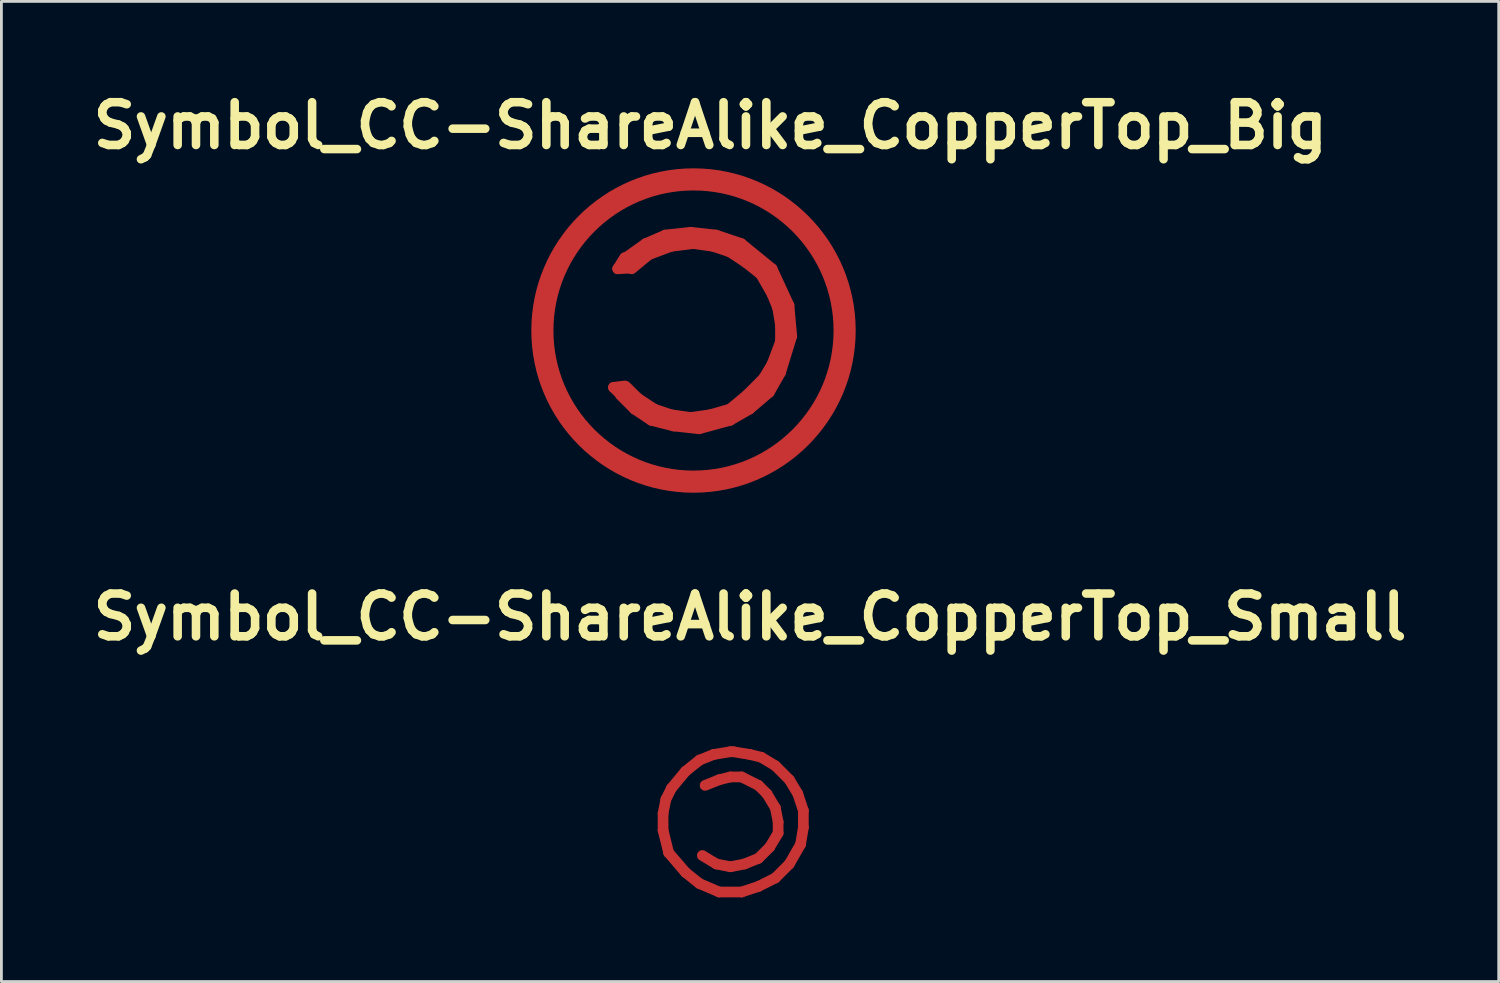
<source format=kicad_pcb>
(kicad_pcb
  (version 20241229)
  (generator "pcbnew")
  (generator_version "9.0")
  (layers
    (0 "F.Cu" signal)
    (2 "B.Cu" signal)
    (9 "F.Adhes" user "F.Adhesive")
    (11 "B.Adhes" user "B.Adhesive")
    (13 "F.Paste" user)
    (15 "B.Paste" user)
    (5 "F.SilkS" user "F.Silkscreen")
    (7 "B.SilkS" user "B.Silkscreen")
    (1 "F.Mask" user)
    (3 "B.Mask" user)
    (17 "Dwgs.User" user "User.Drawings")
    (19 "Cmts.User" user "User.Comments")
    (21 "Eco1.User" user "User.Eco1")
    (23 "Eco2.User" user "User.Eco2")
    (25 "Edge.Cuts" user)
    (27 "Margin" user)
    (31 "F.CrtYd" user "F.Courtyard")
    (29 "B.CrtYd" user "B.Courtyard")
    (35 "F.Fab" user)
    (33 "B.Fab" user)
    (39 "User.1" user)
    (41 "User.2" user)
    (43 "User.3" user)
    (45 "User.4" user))
  (footprint "Symbol_CC-ShareAlike_CopperTop_Small"
    (layer "F.Cu")
    (at 23.073 26.231)
    (property "Reference" "Symbol_CC-ShareAlike_CopperTop_Small" (at 0.599 -7.3 0) (layer "F.SilkS") (effects (font (size 1.524 1.524) (thickness 0.305))))
    (attr through_hole)
    (fp_line (start -2.499 -0.3) (end -2.499 0.3) (stroke (width 0.381) (type solid)) (layer "F.Cu"))
    (fp_line (start -2.499 0.3) (end -2.301 1.1) (stroke (width 0.381) (type solid)) (layer "F.Cu"))
    (fp_line (start -2.4 -0.8) (end -2.499 -0.3) (stroke (width 0.381) (type solid)) (layer "F.Cu"))
    (fp_line (start -2.301 1.1) (end -1.699 1.801) (stroke (width 0.381) (type solid)) (layer "F.Cu"))
    (fp_line (start -2.2 -1.199) (end -2.4 -0.8) (stroke (width 0.381) (type solid)) (layer "F.Cu"))
    (fp_line (start -1.699 -1.801) (end -2.2 -1.199) (stroke (width 0.381) (type solid)) (layer "F.Cu"))
    (fp_line (start -1.699 1.801) (end -1.199 2.2) (stroke (width 0.381) (type solid)) (layer "F.Cu"))
    (fp_line (start -1.199 -2.2) (end -1.699 -1.801) (stroke (width 0.381) (type solid)) (layer "F.Cu"))
    (fp_line (start -1.199 2.2) (end -0.5 2.499) (stroke (width 0.381) (type solid)) (layer "F.Cu"))
    (fp_line (start -1.1 1.199) (end -0.599 1.501) (stroke (width 0.381) (type solid)) (layer "F.Cu"))
    (fp_line (start -0.701 -2.4) (end -1.199 -2.2) (stroke (width 0.381) (type solid)) (layer "F.Cu"))
    (fp_line (start -0.599 1.501) (end -0.099 1.6) (stroke (width 0.381) (type solid)) (layer "F.Cu"))
    (fp_line (start -0.5 -1.501) (end -1.001 -1.3) (stroke (width 0.381) (type solid)) (layer "F.Cu"))
    (fp_line (start -0.5 2.499) (end 0.3 2.499) (stroke (width 0.381) (type solid)) (layer "F.Cu"))
    (fp_line (start -0.099 -2.499) (end -0.701 -2.4) (stroke (width 0.381) (type solid)) (layer "F.Cu"))
    (fp_line (start -0.099 -1.6) (end -0.5 -1.501) (stroke (width 0.381) (type solid)) (layer "F.Cu"))
    (fp_line (start -0.099 1.6) (end 0.399 1.501) (stroke (width 0.381) (type solid)) (layer "F.Cu"))
    (fp_line (start 0 -2.499) (end -0.099 -2.499) (stroke (width 0.381) (type solid)) (layer "F.Cu"))
    (fp_line (start 0.3 -1.6) (end -0.099 -1.6) (stroke (width 0.381) (type solid)) (layer "F.Cu"))
    (fp_line (start 0.3 2.499) (end 0.899 2.301) (stroke (width 0.381) (type solid)) (layer "F.Cu"))
    (fp_line (start 0.399 1.501) (end 0.899 1.3) (stroke (width 0.381) (type solid)) (layer "F.Cu"))
    (fp_line (start 0.599 -2.4) (end 0 -2.499) (stroke (width 0.381) (type solid)) (layer "F.Cu"))
    (fp_line (start 0.899 -1.3) (end 0.3 -1.6) (stroke (width 0.381) (type solid)) (layer "F.Cu"))
    (fp_line (start 0.899 1.3) (end 1.3 0.899) (stroke (width 0.381) (type solid)) (layer "F.Cu"))
    (fp_line (start 0.899 2.301) (end 1.501 1.999) (stroke (width 0.381) (type solid)) (layer "F.Cu"))
    (fp_line (start 1.001 -2.301) (end 0.599 -2.4) (stroke (width 0.381) (type solid)) (layer "F.Cu"))
    (fp_line (start 1.199 -1.001) (end 0.899 -1.3) (stroke (width 0.381) (type solid)) (layer "F.Cu"))
    (fp_line (start 1.3 0.899) (end 1.6 0.399) (stroke (width 0.381) (type solid)) (layer "F.Cu"))
    (fp_line (start 1.501 -1.999) (end 1.001 -2.301) (stroke (width 0.381) (type solid)) (layer "F.Cu"))
    (fp_line (start 1.501 -0.5) (end 1.199 -1.001) (stroke (width 0.381) (type solid)) (layer "F.Cu"))
    (fp_line (start 1.501 1.999) (end 1.999 1.501) (stroke (width 0.381) (type solid)) (layer "F.Cu"))
    (fp_line (start 1.6 0) (end 1.501 -0.5) (stroke (width 0.381) (type solid)) (layer "F.Cu"))
    (fp_line (start 1.6 0.399) (end 1.6 0) (stroke (width 0.381) (type solid)) (layer "F.Cu"))
    (fp_line (start 1.999 -1.501) (end 1.501 -1.999) (stroke (width 0.381) (type solid)) (layer "F.Cu"))
    (fp_line (start 1.999 1.501) (end 2.4 0.8) (stroke (width 0.381) (type solid)) (layer "F.Cu"))
    (fp_line (start 2.301 -1.001) (end 1.999 -1.501) (stroke (width 0.381) (type solid)) (layer "F.Cu"))
    (fp_line (start 2.4 0.8) (end 2.499 0.201) (stroke (width 0.381) (type solid)) (layer "F.Cu"))
    (fp_line (start 2.499 -0.399) (end 2.301 -1.001) (stroke (width 0.381) (type solid)) (layer "F.Cu"))
    (fp_line (start 2.499 0.201) (end 2.499 -0.399) (stroke (width 0.381) (type solid)) (layer "F.Cu")))
  (footprint "Symbol_CC-ShareAlike_CopperTop_Big"
    (layer "F.Cu")
    (at 21.658 8.726)
    (property "Reference" "Symbol_CC-ShareAlike_CopperTop_Big" (at 0.599 -7.3 0) (layer "F.SilkS") (effects (font (size 1.524 1.524) (thickness 0.305))))
    (attr through_hole)
    (fp_line (start -5.4 0.099) (end -5.199 1.3) (stroke (width 0.381) (type solid)) (layer "F.Cu"))
    (fp_line (start -5.301 -1.1) (end -5.4 0.099) (stroke (width 0.381) (type solid)) (layer "F.Cu"))
    (fp_line (start -5.199 1.3) (end -4.801 2.4) (stroke (width 0.381) (type solid)) (layer "F.Cu"))
    (fp_line (start -5.001 -2.101) (end -5.301 -1.1) (stroke (width 0.381) (type solid)) (layer "F.Cu"))
    (fp_line (start -4.801 2.4) (end -3.8 3.899) (stroke (width 0.381) (type solid)) (layer "F.Cu"))
    (fp_line (start -4.501 -3) (end -5.001 -2.101) (stroke (width 0.381) (type solid)) (layer "F.Cu"))
    (fp_line (start -4 -3.599) (end -4.501 -3) (stroke (width 0.381) (type solid)) (layer "F.Cu"))
    (fp_line (start -3.8 3.899) (end -2.601 4.801) (stroke (width 0.381) (type solid)) (layer "F.Cu"))
    (fp_line (start -3.299 -4.201) (end -4 -3.599) (stroke (width 0.381) (type solid)) (layer "F.Cu"))
    (fp_line (start -2.85 2.025) (end -2.45 1.975) (stroke (width 0.381) (type solid)) (layer "F.Cu"))
    (fp_line (start -2.7 -4.699) (end -3.299 -4.201) (stroke (width 0.381) (type solid)) (layer "F.Cu"))
    (fp_line (start -2.7 -2.2) (end -2.275 -2.225) (stroke (width 0.381) (type solid)) (layer "F.Cu"))
    (fp_line (start -2.625 2.25) (end -2.85 2.025) (stroke (width 0.381) (type solid)) (layer "F.Cu"))
    (fp_line (start -2.601 4.801) (end -1.3 5.301) (stroke (width 0.381) (type solid)) (layer "F.Cu"))
    (fp_line (start -2.45 -2.6) (end -2.7 -2.2) (stroke (width 0.381) (type solid)) (layer "F.Cu"))
    (fp_line (start -2.4 -2.601) (end -1.699 -3.099) (stroke (width 0.381) (type solid)) (layer "F.Cu"))
    (fp_line (start -2.4 1.999) (end -1.999 2.4) (stroke (width 0.381) (type solid)) (layer "F.Cu"))
    (fp_line (start -2.3 2.375) (end -1.875 2.75) (stroke (width 0.381) (type solid)) (layer "F.Cu"))
    (fp_line (start -2.275 -2.225) (end -2.4 -2.55) (stroke (width 0.381) (type solid)) (layer "F.Cu"))
    (fp_line (start -2.101 2.799) (end -2.601 2.301) (stroke (width 0.381) (type solid)) (layer "F.Cu"))
    (fp_line (start -1.999 -4.9) (end -2.7 -4.699) (stroke (width 0.381) (type solid)) (layer "F.Cu"))
    (fp_line (start -1.999 2.4) (end -1.4 2.799) (stroke (width 0.381) (type solid)) (layer "F.Cu"))
    (fp_line (start -1.875 2.75) (end -1.85 2.75) (stroke (width 0.381) (type solid)) (layer "F.Cu"))
    (fp_line (start -1.801 2.901) (end -0.201 3.299) (stroke (width 0.381) (type solid)) (layer "F.Cu"))
    (fp_line (start -1.699 -3.099) (end -1.001 -3.401) (stroke (width 0.381) (type solid)) (layer "F.Cu"))
    (fp_line (start -1.6 -2.7) (end -2.2 -2.2) (stroke (width 0.381) (type solid)) (layer "F.Cu"))
    (fp_line (start -1.501 3.2) (end -2.101 2.799) (stroke (width 0.381) (type solid)) (layer "F.Cu"))
    (fp_line (start -1.4 2.799) (end -0.8 3) (stroke (width 0.381) (type solid)) (layer "F.Cu"))
    (fp_line (start -1.3 -5.1) (end -1.999 -4.9) (stroke (width 0.381) (type solid)) (layer "F.Cu"))
    (fp_line (start -1.3 -3.099) (end -2.2 -2.499) (stroke (width 0.381) (type solid)) (layer "F.Cu"))
    (fp_line (start -1.3 5.301) (end 0.099 5.301) (stroke (width 0.381) (type solid)) (layer "F.Cu"))
    (fp_line (start -1.001 -3.401) (end -0.099 -3.5) (stroke (width 0.381) (type solid)) (layer "F.Cu"))
    (fp_line (start -0.8 -3) (end -1.6 -2.7) (stroke (width 0.381) (type solid)) (layer "F.Cu"))
    (fp_line (start -0.8 3) (end -0.099 3.099) (stroke (width 0.381) (type solid)) (layer "F.Cu"))
    (fp_line (start -0.701 3.401) (end -1.501 3.2) (stroke (width 0.381) (type solid)) (layer "F.Cu"))
    (fp_line (start -0.5 -5.4) (end -1.3 -5.1) (stroke (width 0.381) (type solid)) (layer "F.Cu"))
    (fp_line (start -0.201 3.299) (end 1.3 3) (stroke (width 0.381) (type solid)) (layer "F.Cu"))
    (fp_line (start -0.099 -3.5) (end 0.8 -3.401) (stroke (width 0.381) (type solid)) (layer "F.Cu"))
    (fp_line (start -0.099 3.099) (end 0.599 3) (stroke (width 0.381) (type solid)) (layer "F.Cu"))
    (fp_line (start 0 -5.4) (end -0.5 -5.4) (stroke (width 0.381) (type solid)) (layer "F.Cu"))
    (fp_line (start 0 -3.099) (end -0.8 -3) (stroke (width 0.381) (type solid)) (layer "F.Cu"))
    (fp_line (start 0.099 -3.299) (end -1.3 -3.099) (stroke (width 0.381) (type solid)) (layer "F.Cu"))
    (fp_line (start 0.099 5.301) (end 1.6 5.199) (stroke (width 0.381) (type solid)) (layer "F.Cu"))
    (fp_line (start 0.201 3.5) (end -0.701 3.401) (stroke (width 0.381) (type solid)) (layer "F.Cu"))
    (fp_line (start 0.599 3) (end 1.3 2.799) (stroke (width 0.381) (type solid)) (layer "F.Cu"))
    (fp_line (start 0.701 -3) (end 0 -3.099) (stroke (width 0.381) (type solid)) (layer "F.Cu"))
    (fp_line (start 0.8 -3.401) (end 1.699 -3.099) (stroke (width 0.381) (type solid)) (layer "F.Cu"))
    (fp_line (start 1.3 -2.799) (end 0.701 -3) (stroke (width 0.381) (type solid)) (layer "F.Cu"))
    (fp_line (start 1.3 2.799) (end 1.9 2.301) (stroke (width 0.381) (type solid)) (layer "F.Cu"))
    (fp_line (start 1.3 3) (end 2.301 2.301) (stroke (width 0.381) (type solid)) (layer "F.Cu"))
    (fp_line (start 1.3 3.2) (end 0.201 3.5) (stroke (width 0.381) (type solid)) (layer "F.Cu"))
    (fp_line (start 1.4 -5.199) (end 0 -5.301) (stroke (width 0.381) (type solid)) (layer "F.Cu"))
    (fp_line (start 1.501 -3) (end 0.099 -3.299) (stroke (width 0.381) (type solid)) (layer "F.Cu"))
    (fp_line (start 1.6 5.199) (end 2.601 4.699) (stroke (width 0.381) (type solid)) (layer "F.Cu"))
    (fp_line (start 1.699 -3.099) (end 2.799 -2.2) (stroke (width 0.381) (type solid)) (layer "F.Cu"))
    (fp_line (start 1.9 -2.4) (end 1.3 -2.799) (stroke (width 0.381) (type solid)) (layer "F.Cu"))
    (fp_line (start 1.9 2.301) (end 2.499 1.699) (stroke (width 0.381) (type solid)) (layer "F.Cu"))
    (fp_line (start 1.999 2.799) (end 1.3 3.2) (stroke (width 0.381) (type solid)) (layer "F.Cu"))
    (fp_line (start 2.301 2.301) (end 3 1.199) (stroke (width 0.381) (type solid)) (layer "F.Cu"))
    (fp_line (start 2.4 -4.801) (end 1.4 -5.199) (stroke (width 0.381) (type solid)) (layer "F.Cu"))
    (fp_line (start 2.4 -1.999) (end 1.9 -2.4) (stroke (width 0.381) (type solid)) (layer "F.Cu"))
    (fp_line (start 2.499 -2.2) (end 1.501 -3) (stroke (width 0.381) (type solid)) (layer "F.Cu"))
    (fp_line (start 2.499 1.699) (end 2.799 1.199) (stroke (width 0.381) (type solid)) (layer "F.Cu"))
    (fp_line (start 2.601 4.699) (end 4.201 3.401) (stroke (width 0.381) (type solid)) (layer "F.Cu"))
    (fp_line (start 2.7 2.2) (end 1.999 2.799) (stroke (width 0.381) (type solid)) (layer "F.Cu"))
    (fp_line (start 2.799 -2.2) (end 3.401 -0.899) (stroke (width 0.381) (type solid)) (layer "F.Cu"))
    (fp_line (start 2.799 -1.3) (end 2.4 -1.999) (stroke (width 0.381) (type solid)) (layer "F.Cu"))
    (fp_line (start 2.799 1.199) (end 3.099 0.399) (stroke (width 0.381) (type solid)) (layer "F.Cu"))
    (fp_line (start 3 -0.8) (end 2.799 -1.3) (stroke (width 0.381) (type solid)) (layer "F.Cu"))
    (fp_line (start 3 1.199) (end 3.299 0.201) (stroke (width 0.381) (type solid)) (layer "F.Cu"))
    (fp_line (start 3.099 -1.001) (end 2.499 -2.2) (stroke (width 0.381) (type solid)) (layer "F.Cu"))
    (fp_line (start 3.099 -0.201) (end 3 -0.8) (stroke (width 0.381) (type solid)) (layer "F.Cu"))
    (fp_line (start 3.099 0.399) (end 3.099 -0.201) (stroke (width 0.381) (type solid)) (layer "F.Cu"))
    (fp_line (start 3.099 1.501) (end 2.7 2.2) (stroke (width 0.381) (type solid)) (layer "F.Cu"))
    (fp_line (start 3.299 0.201) (end 3.099 -1.001) (stroke (width 0.381) (type solid)) (layer "F.Cu"))
    (fp_line (start 3.401 -4.1) (end 2.4 -4.801) (stroke (width 0.381) (type solid)) (layer "F.Cu"))
    (fp_line (start 3.401 -0.899) (end 3.5 0.201) (stroke (width 0.381) (type solid)) (layer "F.Cu"))
    (fp_line (start 3.5 0.201) (end 3.099 1.501) (stroke (width 0.381) (type solid)) (layer "F.Cu"))
    (fp_line (start 4.201 3.401) (end 5.001 1.801) (stroke (width 0.381) (type solid)) (layer "F.Cu"))
    (fp_line (start 4.699 -2.499) (end 3.401 -4.1) (stroke (width 0.381) (type solid)) (layer "F.Cu"))
    (fp_line (start 5.001 1.801) (end 5.4 0.3) (stroke (width 0.381) (type solid)) (layer "F.Cu"))
    (fp_line (start 5.199 -1.4) (end 4.699 -2.499) (stroke (width 0.381) (type solid)) (layer "F.Cu"))
    (fp_line (start 5.4 0.3) (end 5.199 -1.4) (stroke (width 0.381) (type solid)) (layer "F.Cu"))
    (fp_circle (center 0 0) (end 5.08 1.016) (stroke (width 0.381) (type solid)) (fill no) (layer "F.Cu"))
    (fp_circle (center 0 0) (end 5.588 0) (stroke (width 0.381) (type solid)) (fill no) (layer "F.Cu")))
  (gr_rect
    (start -3 -3)
    (end 50.346 31.921)
    (stroke (width 0.1) (type default))
    (fill no)
    (layer "Edge.Cuts")))
</source>
